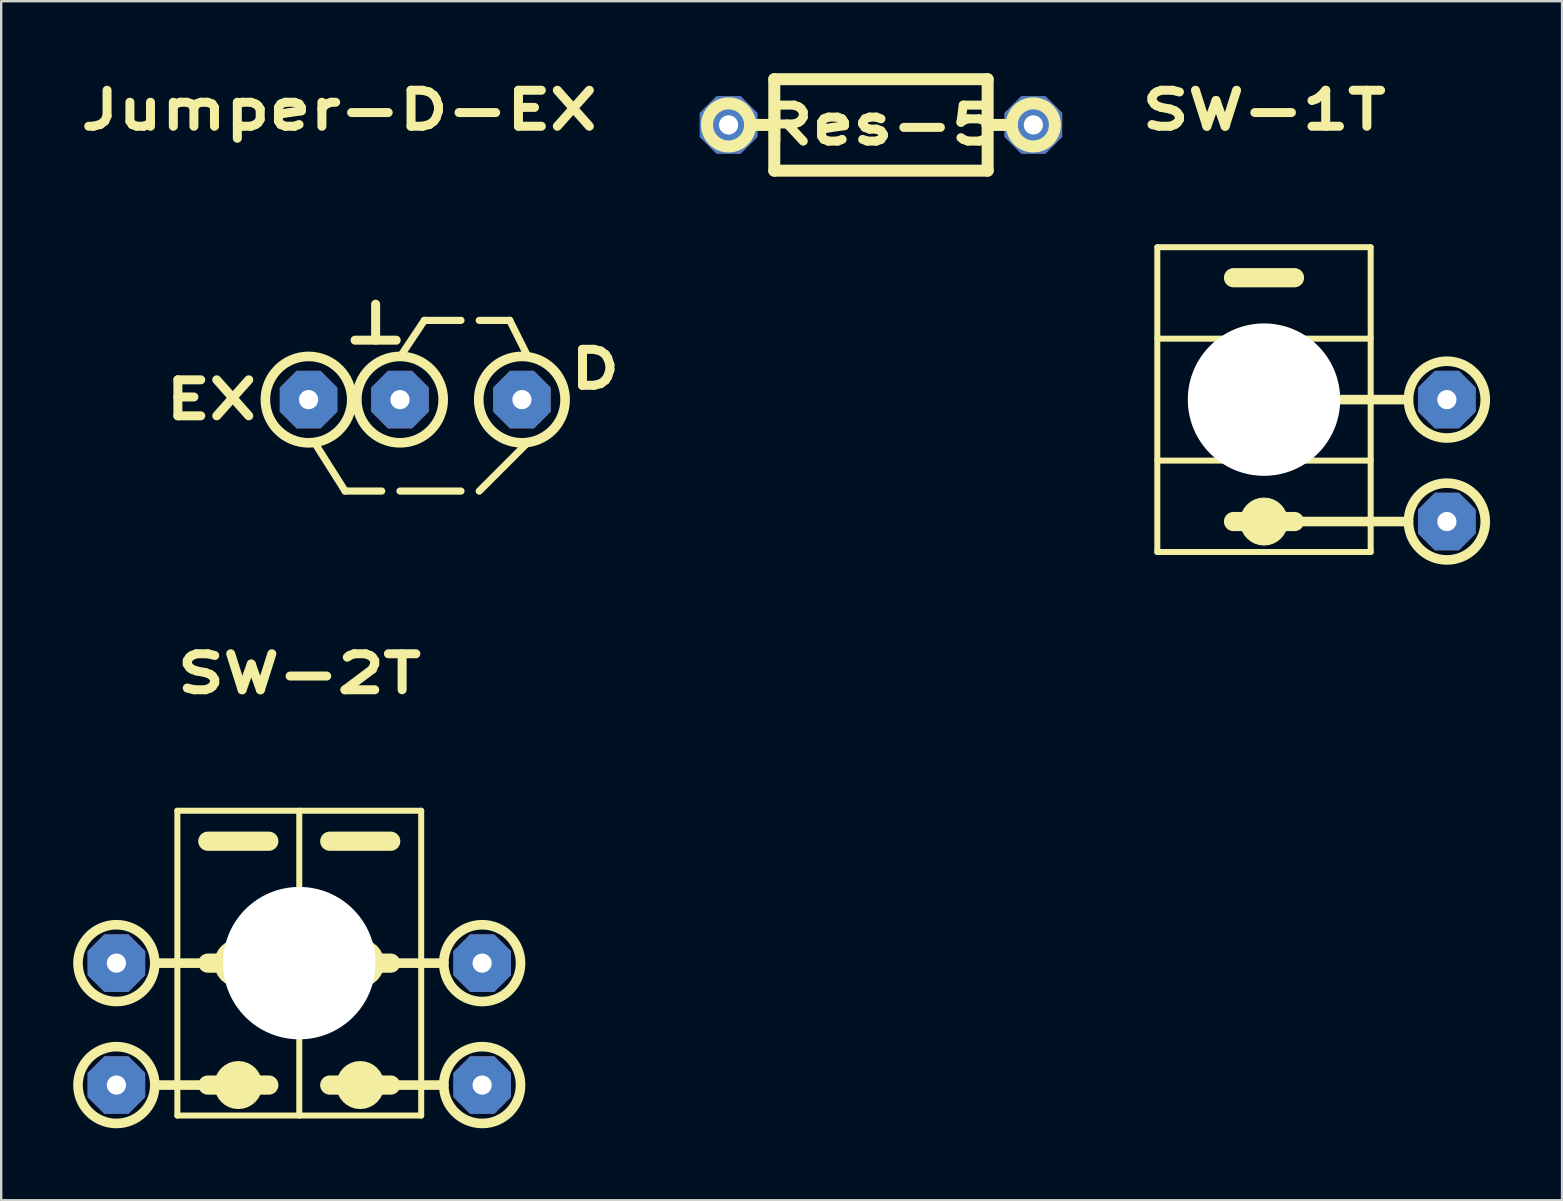
<source format=kicad_pcb>
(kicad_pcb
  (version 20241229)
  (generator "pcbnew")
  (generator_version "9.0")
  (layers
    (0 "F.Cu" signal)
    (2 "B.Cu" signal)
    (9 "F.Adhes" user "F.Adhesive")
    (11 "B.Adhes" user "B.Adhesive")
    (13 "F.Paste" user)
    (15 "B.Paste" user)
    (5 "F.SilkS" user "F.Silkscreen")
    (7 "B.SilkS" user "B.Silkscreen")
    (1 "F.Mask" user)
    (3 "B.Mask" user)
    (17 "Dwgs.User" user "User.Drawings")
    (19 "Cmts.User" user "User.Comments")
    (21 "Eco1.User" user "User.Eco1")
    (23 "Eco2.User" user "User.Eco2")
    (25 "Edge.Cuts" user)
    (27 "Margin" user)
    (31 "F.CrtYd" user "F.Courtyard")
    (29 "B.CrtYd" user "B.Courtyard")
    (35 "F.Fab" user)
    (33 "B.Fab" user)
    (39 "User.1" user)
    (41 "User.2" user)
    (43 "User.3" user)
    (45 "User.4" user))
  (footprint "SW-1T"
    (layer "F.Cu")
    (at 49.617 13.601)
    (property "Reference" "SW-1T" (at 0 -12.065 0) (layer "F.SilkS") (effects (font (size 1.5 2) (thickness 0.375))))
    (attr through_hole)
    (fp_line (start -4.445 -6.35) (end 4.445 -6.35) (stroke (width 0.25) (type solid)) (layer "F.SilkS"))
    (fp_line (start -4.445 6.35) (end -4.445 -6.35) (stroke (width 0.25) (type solid)) (layer "F.SilkS"))
    (fp_line (start 0 5.08) (end 6.02 5.08) (stroke (width 0.4) (type solid)) (layer "F.SilkS"))
    (fp_line (start 1.27 -5.08) (end -1.27 -5.08) (stroke (width 0.8) (type solid)) (layer "F.SilkS"))
    (fp_line (start 1.27 5.08) (end -1.27 5.08) (stroke (width 0.8) (type solid)) (layer "F.SilkS"))
    (fp_line (start 2.54 0) (end 6.02 0) (stroke (width 0.4) (type solid)) (layer "F.SilkS"))
    (fp_line (start 4.445 -2.54) (end -4.445 -2.54) (stroke (width 0.25) (type solid)) (layer "F.SilkS"))
    (fp_line (start 4.445 2.54) (end -4.445 2.54) (stroke (width 0.25) (type solid)) (layer "F.SilkS"))
    (fp_line (start 4.445 6.35) (end -4.445 6.35) (stroke (width 0.25) (type solid)) (layer "F.SilkS"))
    (fp_line (start 4.445 6.35) (end 4.445 -6.35) (stroke (width 0.25) (type solid)) (layer "F.SilkS"))
    (fp_circle (center 0 5.08) (end -0.5 5.08) (stroke (width 1) (type solid)) (fill no) (layer "F.SilkS"))
    (fp_circle (center 7.62 0) (end 6.02 0) (stroke (width 0.4) (type solid)) (fill no) (layer "F.SilkS"))
    (fp_circle (center 7.62 5.08) (end 6.02 5.08) (stroke (width 0.4) (type solid)) (fill no) (layer "F.SilkS"))
    (pad "" np_thru_hole circle (at 0 0) (size 6.35 6.35) (drill 6.35) (layers "*.Cu" "*.Mask"))
    (pad "1" thru_hole custom (at 7.62 5.08) (size 1.524 1.524) (drill 0.8) (layers "*.Cu" "*.Mask") (options (anchor rect)) (primitives (gr_poly (pts (xy -1.2 0.5) (xy -1.2 -0.5) (xy -0.5 -1.2) (xy 0.5 -1.2) (xy 1.2 -0.5) (xy 1.2 0.5) (xy 0.5 1.2) (xy -0.5 1.2)) (width 0) (fill yes))))
    (pad "2" thru_hole custom (at 7.62 0) (size 1.524 1.524) (drill 0.8) (layers "*.Cu" "*.Mask") (options (anchor rect)) (primitives (gr_poly (pts (xy -1.2 0.5) (xy -1.2 -0.5) (xy -0.5 -1.2) (xy 0.5 -1.2) (xy 1.2 -0.5) (xy 1.2 0.5) (xy 0.5 1.2) (xy -0.5 1.2)) (width 0) (fill yes)))))
  (footprint "SW-2T"
    (layer "F.Cu")
    (at 9.42 37.081)
    (property "Reference" "SW-2T" (at 0 -12.065 0) (layer "F.SilkS") (effects (font (size 1.5 2) (thickness 0.375))))
    (attr through_hole)
    (fp_line (start -5.08 -6.35) (end 5.08 -6.35) (stroke (width 0.25) (type solid)) (layer "F.SilkS"))
    (fp_line (start -5.08 6.35) (end -5.08 -6.35) (stroke (width 0.25) (type solid)) (layer "F.SilkS"))
    (fp_line (start -3.81 0) (end -1.27 0) (stroke (width 0.8) (type solid)) (layer "F.SilkS"))
    (fp_line (start -3.81 5.08) (end -1.27 5.08) (stroke (width 0.8) (type solid)) (layer "F.SilkS"))
    (fp_line (start -3.04 0) (end -6.02 0) (stroke (width 0.4) (type solid)) (layer "F.SilkS"))
    (fp_line (start -3.04 5.08) (end -6.02 5.08) (stroke (width 0.4) (type solid)) (layer "F.SilkS"))
    (fp_line (start -1.27 -5.08) (end -3.81 -5.08) (stroke (width 0.8) (type solid)) (layer "F.SilkS"))
    (fp_line (start 0 -6.35) (end 0 6.35) (stroke (width 0.25) (type solid)) (layer "F.SilkS"))
    (fp_line (start 3.04 0) (end 6.02 0) (stroke (width 0.4) (type solid)) (layer "F.SilkS"))
    (fp_line (start 3.04 5.08) (end 6.02 5.08) (stroke (width 0.4) (type solid)) (layer "F.SilkS"))
    (fp_line (start 3.81 -5.08) (end 1.27 -5.08) (stroke (width 0.8) (type solid)) (layer "F.SilkS"))
    (fp_line (start 3.81 0) (end 1.27 0) (stroke (width 0.8) (type solid)) (layer "F.SilkS"))
    (fp_line (start 3.81 5.08) (end 1.27 5.08) (stroke (width 0.8) (type solid)) (layer "F.SilkS"))
    (fp_line (start 5.08 6.35) (end -5.08 6.35) (stroke (width 0.25) (type solid)) (layer "F.SilkS"))
    (fp_line (start 5.08 6.35) (end 5.08 -6.35) (stroke (width 0.25) (type solid)) (layer "F.SilkS"))
    (fp_circle (center -7.62 0) (end -6.02 0) (stroke (width 0.4) (type solid)) (fill no) (layer "F.SilkS"))
    (fp_circle (center -7.62 5.08) (end -6.02 5.08) (stroke (width 0.4) (type solid)) (fill no) (layer "F.SilkS"))
    (fp_circle (center -2.54 0) (end -2.04 0) (stroke (width 1) (type solid)) (fill no) (layer "F.SilkS"))
    (fp_circle (center -2.54 5.08) (end -2.04 5.08) (stroke (width 1) (type solid)) (fill no) (layer "F.SilkS"))
    (fp_circle (center 2.54 0) (end 2.04 0) (stroke (width 1) (type solid)) (fill no) (layer "F.SilkS"))
    (fp_circle (center 2.54 5.08) (end 2.04 5.08) (stroke (width 1) (type solid)) (fill no) (layer "F.SilkS"))
    (fp_circle (center 7.62 0) (end 6.02 0) (stroke (width 0.4) (type solid)) (fill no) (layer "F.SilkS"))
    (fp_circle (center 7.62 5.08) (end 6.02 5.08) (stroke (width 0.4) (type solid)) (fill no) (layer "F.SilkS"))
    (pad "" np_thru_hole circle (at 0 0) (size 6.35 6.35) (drill 6.35) (layers "*.Cu" "*.Mask"))
    (pad "1" thru_hole custom (at -7.62 5.08) (size 1.524 1.524) (drill 0.8) (layers "*.Cu" "*.Mask") (options (anchor rect)) (primitives (gr_poly (pts (xy -1.2 0.5) (xy -1.2 -0.5) (xy -0.5 -1.2) (xy 0.5 -1.2) (xy 1.2 -0.5) (xy 1.2 0.5) (xy 0.5 1.2) (xy -0.5 1.2)) (width 0) (fill yes))))
    (pad "2" thru_hole custom (at -7.62 0 180) (size 1.524 1.524) (drill 0.8) (layers "*.Cu" "*.Mask") (options (anchor rect)) (primitives (gr_poly (pts (xy -1.2 0.5) (xy -1.2 -0.5) (xy -0.5 -1.2) (xy 0.5 -1.2) (xy 1.2 -0.5) (xy 1.2 0.5) (xy 0.5 1.2) (xy -0.5 1.2)) (width 0) (fill yes))))
    (pad "3" thru_hole custom (at 7.62 0) (size 1.524 1.524) (drill 0.8) (layers "*.Cu" "*.Mask") (options (anchor rect)) (primitives (gr_poly (pts (xy -1.2 0.5) (xy -1.2 -0.5) (xy -0.5 -1.2) (xy 0.5 -1.2) (xy 1.2 -0.5) (xy 1.2 0.5) (xy 0.5 1.2) (xy -0.5 1.2)) (width 0) (fill yes))))
    (pad "4" thru_hole custom (at 7.62 5.08) (size 1.524 1.524) (drill 0.8) (layers "*.Cu" "*.Mask") (options (anchor rect)) (primitives (gr_poly (pts (xy -1.2 0.5) (xy -1.2 -0.5) (xy -0.5 -1.2) (xy 0.5 -1.2) (xy 1.2 -0.5) (xy 1.2 0.5) (xy 0.5 1.2) (xy -0.5 1.2)) (width 0) (fill yes)))))
  (footprint "Res-5"
    (layer "F.Cu")
    (at 33.657 2.155)
    (property "Reference" "Res-5" (at 0 0 0) (layer "F.SilkS") (effects (font (size 1.5 2) (thickness 0.375))))
    (attr through_hole)
    (fp_line (start -5.452 0) (end -4.445 0) (stroke (width 0.5) (type solid)) (layer "F.SilkS"))
    (fp_line (start -4.445 -1.905) (end 4.445 -1.905) (stroke (width 0.5) (type solid)) (layer "F.SilkS"))
    (fp_line (start -4.445 0) (end -4.445 -1.905) (stroke (width 0.5) (type solid)) (layer "F.SilkS"))
    (fp_line (start -4.445 1.905) (end -4.445 0) (stroke (width 0.5) (type solid)) (layer "F.SilkS"))
    (fp_line (start 4.445 -1.905) (end 4.445 0) (stroke (width 0.5) (type solid)) (layer "F.SilkS"))
    (fp_line (start 4.445 0) (end 4.445 1.905) (stroke (width 0.5) (type solid)) (layer "F.SilkS"))
    (fp_line (start 4.445 0) (end 5.452 0) (stroke (width 0.5) (type solid)) (layer "F.SilkS"))
    (fp_line (start 4.445 1.905) (end -4.445 1.905) (stroke (width 0.5) (type solid)) (layer "F.SilkS"))
    (fp_circle (center -6.35 0) (end -5.452 0) (stroke (width 0.5) (type solid)) (fill no) (layer "F.SilkS"))
    (fp_circle (center 6.35 0) (end 7.248 0) (stroke (width 0.5) (type solid)) (fill no) (layer "F.SilkS"))
    (pad "1" thru_hole custom (at -6.35 0) (size 1.524 1.524) (drill 0.8) (layers "*.Cu" "*.Mask") (options (anchor rect)) (primitives (gr_poly (pts (xy -1.2 0.5) (xy -1.2 -0.5) (xy -0.5 -1.2) (xy 0.5 -1.2) (xy 1.2 -0.5) (xy 1.2 0.5) (xy 0.5 1.2) (xy -0.5 1.2)) (width 0) (fill yes))))
    (pad "2" thru_hole custom (at 6.35 0) (size 1.524 1.524) (drill 0.8) (layers "*.Cu" "*.Mask") (options (anchor rect)) (primitives (gr_poly (pts (xy -1.2 0.5) (xy -1.2 -0.5) (xy -0.5 -1.2) (xy 0.5 -1.2) (xy 1.2 -0.5) (xy 1.2 0.5) (xy 0.5 1.2) (xy -0.5 1.2)) (width 0) (fill yes)))))
  (footprint "Jumper-D-EX"
    (layer "F.Cu")
    (at 11.077 13.601)
    (property "Reference" "Jumper-D-EX" (at 0 -12.065 0) (layer "F.SilkS") (effects (font (size 1.5 2) (thickness 0.375))))
    (attr through_hole)
    (fp_line (start -1.016 1.8) (end 0.254 3.81) (stroke (width 0.3) (type solid)) (layer "F.SilkS"))
    (fp_line (start 0.254 3.81) (end 1.778 3.81) (stroke (width 0.3) (type solid)) (layer "F.SilkS"))
    (fp_line (start 2.54 3.81) (end 5.08 3.81) (stroke (width 0.3) (type solid)) (layer "F.SilkS"))
    (fp_line (start 3.556 -3.302) (end 2.54 -1.778) (stroke (width 0.3) (type solid)) (layer "F.SilkS"))
    (fp_line (start 3.556 -3.302) (end 5.08 -3.302) (stroke (width 0.3) (type solid)) (layer "F.SilkS"))
    (fp_line (start 5.842 -3.302) (end 7.112 -3.302) (stroke (width 0.3) (type solid)) (layer "F.SilkS"))
    (fp_line (start 5.842 3.81) (end 7.874 1.778) (stroke (width 0.3) (type solid)) (layer "F.SilkS"))
    (fp_line (start 7.112 -3.302) (end 7.874 -1.778) (stroke (width 0.3) (type solid)) (layer "F.SilkS"))
    (fp_circle (center -1.27 0) (end 0.53 0) (stroke (width 0.4) (type solid)) (fill no) (layer "F.SilkS"))
    (fp_circle (center 2.54 0) (end 4.34 0) (stroke (width 0.4) (type solid)) (fill no) (layer "F.SilkS"))
    (fp_circle (center 7.62 0) (end 9.42 0) (stroke (width 0.4) (type solid)) (fill no) (layer "F.SilkS"))
    (fp_text user "EX" (at -5.334 0 0) (layer "F.SilkS") (effects (font (size 1.5 2) (thickness 0.375))))
    (fp_text user "D" (at 10.668 -1.27 0) (layer "F.SilkS") (effects (font (size 1.5 2) (thickness 0.375))))
    (fp_text user "T" (at 1.524 -3.302 180) (unlocked yes) (layer "F.SilkS") (effects (font (size 1.5 3) (thickness 0.375))))
    (pad "1" thru_hole custom (at -1.27 0) (size 1.524 1.524) (drill 0.8) (layers "*.Cu" "*.Mask") (options (anchor rect)) (primitives (gr_poly (pts (xy -1.2 0.5) (xy -1.2 -0.5) (xy -0.5 -1.2) (xy 0.5 -1.2) (xy 1.2 -0.5) (xy 1.2 0.5) (xy 0.5 1.2) (xy -0.5 1.2)) (width 0) (fill yes))))
    (pad "2" thru_hole custom (at 2.54 0) (size 1.524 1.524) (drill 0.8) (layers "*.Cu" "*.Mask") (options (anchor rect)) (primitives (gr_poly (pts (xy -1.2 0.5) (xy -1.2 -0.5) (xy -0.5 -1.2) (xy 0.5 -1.2) (xy 1.2 -0.5) (xy 1.2 0.5) (xy 0.5 1.2) (xy -0.5 1.2)) (width 0) (fill yes))))
    (pad "3" thru_hole custom (at 7.62 0) (size 1.524 1.524) (drill 0.8) (layers "*.Cu" "*.Mask") (options (anchor rect)) (primitives (gr_poly (pts (xy -1.2 0.5) (xy -1.2 -0.5) (xy -0.5 -1.2) (xy 0.5 -1.2) (xy 1.2 -0.5) (xy 1.2 0.5) (xy 0.5 1.2) (xy -0.5 1.2)) (width 0) (fill yes)))))
  (gr_rect
    (start -3 -3)
    (end 62.037 46.961)
    (stroke (width 0.1) (type default))
    (fill no)
    (layer "Edge.Cuts")))
</source>
